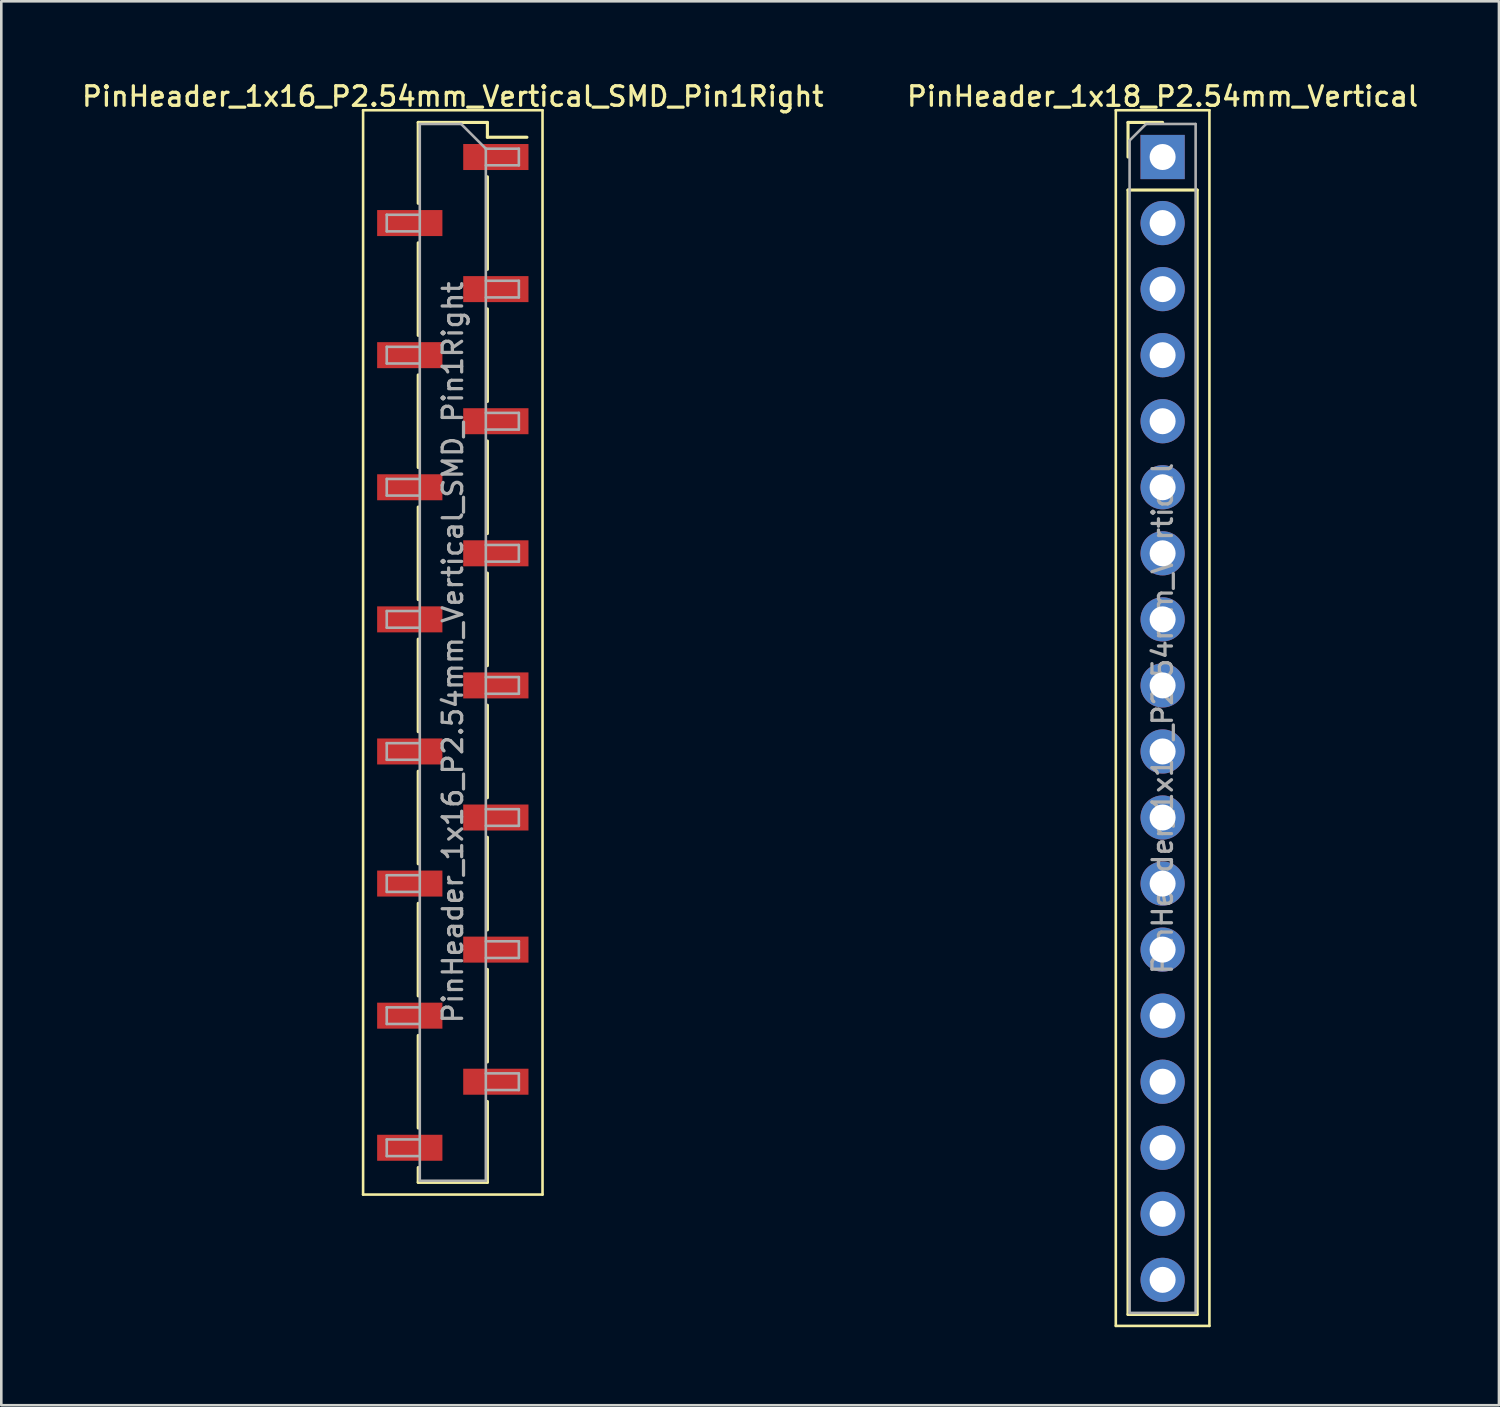
<source format=kicad_pcb>
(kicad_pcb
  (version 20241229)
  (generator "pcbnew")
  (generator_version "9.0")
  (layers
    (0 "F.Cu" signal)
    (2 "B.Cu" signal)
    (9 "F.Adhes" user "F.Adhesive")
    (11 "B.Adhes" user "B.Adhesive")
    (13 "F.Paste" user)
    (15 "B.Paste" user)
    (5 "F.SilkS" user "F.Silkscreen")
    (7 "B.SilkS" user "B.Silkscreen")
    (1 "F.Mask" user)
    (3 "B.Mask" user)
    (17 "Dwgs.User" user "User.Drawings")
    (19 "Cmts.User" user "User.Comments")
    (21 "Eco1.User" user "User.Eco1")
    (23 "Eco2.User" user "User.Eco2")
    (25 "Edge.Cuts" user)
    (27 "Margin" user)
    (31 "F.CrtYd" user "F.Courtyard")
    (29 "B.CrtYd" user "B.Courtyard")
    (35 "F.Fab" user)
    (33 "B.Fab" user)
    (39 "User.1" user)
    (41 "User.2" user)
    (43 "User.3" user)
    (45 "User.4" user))
  (footprint "PinHeader_1x18_P2.54mm_Vertical"
    (layer "F.Cu")
    (at 41.659 2.988)
    (property "Reference" "PinHeader_1x18_P2.54mm_Vertical" (at 0 -2.33 0) (layer "F.SilkS") (effects (font (size 0.75 0.75) (thickness 0.125))))
    (attr through_hole)
    (fp_line (start -1.8 -1.8) (end -1.8 44.95) (stroke (width 0.1) (type solid)) (layer "F.SilkS"))
    (fp_line (start -1.8 44.95) (end 1.8 44.95) (stroke (width 0.1) (type solid)) (layer "F.SilkS"))
    (fp_line (start -1.33 -1.33) (end 0 -1.33) (stroke (width 0.12) (type solid)) (layer "F.SilkS"))
    (fp_line (start -1.33 0) (end -1.33 -1.33) (stroke (width 0.12) (type solid)) (layer "F.SilkS"))
    (fp_line (start -1.33 1.27) (end -1.33 44.51) (stroke (width 0.12) (type solid)) (layer "F.SilkS"))
    (fp_line (start -1.33 1.27) (end 1.33 1.27) (stroke (width 0.12) (type solid)) (layer "F.SilkS"))
    (fp_line (start -1.33 44.51) (end 1.33 44.51) (stroke (width 0.12) (type solid)) (layer "F.SilkS"))
    (fp_line (start 1.33 1.27) (end 1.33 44.51) (stroke (width 0.12) (type solid)) (layer "F.SilkS"))
    (fp_line (start 1.8 -1.8) (end -1.8 -1.8) (stroke (width 0.1) (type solid)) (layer "F.SilkS"))
    (fp_line (start 1.8 44.95) (end 1.8 -1.8) (stroke (width 0.1) (type solid)) (layer "F.SilkS"))
    (fp_line (start -1.27 -0.635) (end -0.635 -1.27) (stroke (width 0.1) (type solid)) (layer "F.Fab"))
    (fp_line (start -1.27 44.45) (end -1.27 -0.635) (stroke (width 0.1) (type solid)) (layer "F.Fab"))
    (fp_line (start -0.635 -1.27) (end 1.27 -1.27) (stroke (width 0.1) (type solid)) (layer "F.Fab"))
    (fp_line (start 1.27 -1.27) (end 1.27 44.45) (stroke (width 0.1) (type solid)) (layer "F.Fab"))
    (fp_line (start 1.27 44.45) (end -1.27 44.45) (stroke (width 0.1) (type solid)) (layer "F.Fab"))
    (fp_text user "${REFERENCE}" (at 0 21.59 90) (layer "F.Fab") (effects (font (size 0.75 0.75) (thickness 0.125))))
    (pad "1" thru_hole rect (at 0 0) (size 1.7 1.7) (drill 1) (layers "*.Cu" "*.Mask"))
    (pad "2" thru_hole oval (at 0 2.54) (size 1.7 1.7) (drill 1) (layers "*.Cu" "*.Mask"))
    (pad "3" thru_hole oval (at 0 5.08) (size 1.7 1.7) (drill 1) (layers "*.Cu" "*.Mask"))
    (pad "4" thru_hole oval (at 0 7.62) (size 1.7 1.7) (drill 1) (layers "*.Cu" "*.Mask"))
    (pad "5" thru_hole oval (at 0 10.16) (size 1.7 1.7) (drill 1) (layers "*.Cu" "*.Mask"))
    (pad "6" thru_hole oval (at 0 12.7) (size 1.7 1.7) (drill 1) (layers "*.Cu" "*.Mask"))
    (pad "7" thru_hole oval (at 0 15.24) (size 1.7 1.7) (drill 1) (layers "*.Cu" "*.Mask"))
    (pad "8" thru_hole oval (at 0 17.78) (size 1.7 1.7) (drill 1) (layers "*.Cu" "*.Mask"))
    (pad "9" thru_hole oval (at 0 20.32) (size 1.7 1.7) (drill 1) (layers "*.Cu" "*.Mask"))
    (pad "10" thru_hole oval (at 0 22.86) (size 1.7 1.7) (drill 1) (layers "*.Cu" "*.Mask"))
    (pad "11" thru_hole oval (at 0 25.4) (size 1.7 1.7) (drill 1) (layers "*.Cu" "*.Mask"))
    (pad "12" thru_hole oval (at 0 27.94) (size 1.7 1.7) (drill 1) (layers "*.Cu" "*.Mask"))
    (pad "13" thru_hole oval (at 0 30.48) (size 1.7 1.7) (drill 1) (layers "*.Cu" "*.Mask"))
    (pad "14" thru_hole oval (at 0 33.02) (size 1.7 1.7) (drill 1) (layers "*.Cu" "*.Mask"))
    (pad "15" thru_hole oval (at 0 35.56) (size 1.7 1.7) (drill 1) (layers "*.Cu" "*.Mask"))
    (pad "16" thru_hole oval (at 0 38.1) (size 1.7 1.7) (drill 1) (layers "*.Cu" "*.Mask"))
    (pad "17" thru_hole oval (at 0 40.64) (size 1.7 1.7) (drill 1) (layers "*.Cu" "*.Mask"))
    (pad "18" thru_hole oval (at 0 43.18) (size 1.7 1.7) (drill 1) (layers "*.Cu" "*.Mask")))
  (footprint "PinHeader_1x16_P2.54mm_Vertical_SMD_Pin1Right"
    (layer "F.Cu")
    (at 14.363 22.038)
    (property "Reference" "PinHeader_1x16_P2.54mm_Vertical_SMD_Pin1Right" (at 0 -21.38 0) (layer "F.SilkS") (effects (font (size 0.75 0.75) (thickness 0.125))))
    (attr smd)
    (fp_line (start -3.45 -20.85) (end -3.45 20.85) (stroke (width 0.1) (type solid)) (layer "F.SilkS"))
    (fp_line (start -3.45 20.85) (end 3.45 20.85) (stroke (width 0.1) (type solid)) (layer "F.SilkS"))
    (fp_line (start -1.33 -20.38) (end -1.33 -17.27) (stroke (width 0.12) (type solid)) (layer "F.SilkS"))
    (fp_line (start -1.33 -20.38) (end 1.33 -20.38) (stroke (width 0.12) (type solid)) (layer "F.SilkS"))
    (fp_line (start -1.33 -15.75) (end -1.33 -12.19) (stroke (width 0.12) (type solid)) (layer "F.SilkS"))
    (fp_line (start -1.33 -10.67) (end -1.33 -7.11) (stroke (width 0.12) (type solid)) (layer "F.SilkS"))
    (fp_line (start -1.33 -5.59) (end -1.33 -2.03) (stroke (width 0.12) (type solid)) (layer "F.SilkS"))
    (fp_line (start -1.33 -0.51) (end -1.33 3.05) (stroke (width 0.12) (type solid)) (layer "F.SilkS"))
    (fp_line (start -1.33 4.57) (end -1.33 8.13) (stroke (width 0.12) (type solid)) (layer "F.SilkS"))
    (fp_line (start -1.33 9.65) (end -1.33 13.21) (stroke (width 0.12) (type solid)) (layer "F.SilkS"))
    (fp_line (start -1.33 14.73) (end -1.33 18.29) (stroke (width 0.12) (type solid)) (layer "F.SilkS"))
    (fp_line (start -1.33 19.81) (end -1.33 20.38) (stroke (width 0.12) (type solid)) (layer "F.SilkS"))
    (fp_line (start -1.33 20.38) (end 1.33 20.38) (stroke (width 0.12) (type solid)) (layer "F.SilkS"))
    (fp_line (start 1.33 -20.38) (end 1.33 -19.81) (stroke (width 0.12) (type solid)) (layer "F.SilkS"))
    (fp_line (start 1.33 -19.81) (end 2.85 -19.81) (stroke (width 0.12) (type solid)) (layer "F.SilkS"))
    (fp_line (start 1.33 -18.29) (end 1.33 -14.73) (stroke (width 0.12) (type solid)) (layer "F.SilkS"))
    (fp_line (start 1.33 -13.21) (end 1.33 -9.65) (stroke (width 0.12) (type solid)) (layer "F.SilkS"))
    (fp_line (start 1.33 -8.13) (end 1.33 -4.57) (stroke (width 0.12) (type solid)) (layer "F.SilkS"))
    (fp_line (start 1.33 -3.05) (end 1.33 0.51) (stroke (width 0.12) (type solid)) (layer "F.SilkS"))
    (fp_line (start 1.33 2.03) (end 1.33 5.59) (stroke (width 0.12) (type solid)) (layer "F.SilkS"))
    (fp_line (start 1.33 7.11) (end 1.33 10.67) (stroke (width 0.12) (type solid)) (layer "F.SilkS"))
    (fp_line (start 1.33 12.19) (end 1.33 15.75) (stroke (width 0.12) (type solid)) (layer "F.SilkS"))
    (fp_line (start 1.33 17.27) (end 1.33 20.38) (stroke (width 0.12) (type solid)) (layer "F.SilkS"))
    (fp_line (start 3.45 -20.85) (end -3.45 -20.85) (stroke (width 0.1) (type solid)) (layer "F.SilkS"))
    (fp_line (start 3.45 20.85) (end 3.45 -20.85) (stroke (width 0.1) (type solid)) (layer "F.SilkS"))
    (fp_line (start -2.54 -16.83) (end -2.54 -16.19) (stroke (width 0.1) (type solid)) (layer "F.Fab"))
    (fp_line (start -2.54 -16.19) (end -1.27 -16.19) (stroke (width 0.1) (type solid)) (layer "F.Fab"))
    (fp_line (start -2.54 -11.75) (end -2.54 -11.11) (stroke (width 0.1) (type solid)) (layer "F.Fab"))
    (fp_line (start -2.54 -11.11) (end -1.27 -11.11) (stroke (width 0.1) (type solid)) (layer "F.Fab"))
    (fp_line (start -2.54 -6.67) (end -2.54 -6.03) (stroke (width 0.1) (type solid)) (layer "F.Fab"))
    (fp_line (start -2.54 -6.03) (end -1.27 -6.03) (stroke (width 0.1) (type solid)) (layer "F.Fab"))
    (fp_line (start -2.54 -1.59) (end -2.54 -0.95) (stroke (width 0.1) (type solid)) (layer "F.Fab"))
    (fp_line (start -2.54 -0.95) (end -1.27 -0.95) (stroke (width 0.1) (type solid)) (layer "F.Fab"))
    (fp_line (start -2.54 3.49) (end -2.54 4.13) (stroke (width 0.1) (type solid)) (layer "F.Fab"))
    (fp_line (start -2.54 4.13) (end -1.27 4.13) (stroke (width 0.1) (type solid)) (layer "F.Fab"))
    (fp_line (start -2.54 8.57) (end -2.54 9.21) (stroke (width 0.1) (type solid)) (layer "F.Fab"))
    (fp_line (start -2.54 9.21) (end -1.27 9.21) (stroke (width 0.1) (type solid)) (layer "F.Fab"))
    (fp_line (start -2.54 13.65) (end -2.54 14.29) (stroke (width 0.1) (type solid)) (layer "F.Fab"))
    (fp_line (start -2.54 14.29) (end -1.27 14.29) (stroke (width 0.1) (type solid)) (layer "F.Fab"))
    (fp_line (start -2.54 18.73) (end -2.54 19.37) (stroke (width 0.1) (type solid)) (layer "F.Fab"))
    (fp_line (start -2.54 19.37) (end -1.27 19.37) (stroke (width 0.1) (type solid)) (layer "F.Fab"))
    (fp_line (start -1.27 -20.32) (end -1.27 20.32) (stroke (width 0.1) (type solid)) (layer "F.Fab"))
    (fp_line (start -1.27 -20.32) (end 0.32 -20.32) (stroke (width 0.1) (type solid)) (layer "F.Fab"))
    (fp_line (start -1.27 -16.83) (end -2.54 -16.83) (stroke (width 0.1) (type solid)) (layer "F.Fab"))
    (fp_line (start -1.27 -11.75) (end -2.54 -11.75) (stroke (width 0.1) (type solid)) (layer "F.Fab"))
    (fp_line (start -1.27 -6.67) (end -2.54 -6.67) (stroke (width 0.1) (type solid)) (layer "F.Fab"))
    (fp_line (start -1.27 -1.59) (end -2.54 -1.59) (stroke (width 0.1) (type solid)) (layer "F.Fab"))
    (fp_line (start -1.27 3.49) (end -2.54 3.49) (stroke (width 0.1) (type solid)) (layer "F.Fab"))
    (fp_line (start -1.27 8.57) (end -2.54 8.57) (stroke (width 0.1) (type solid)) (layer "F.Fab"))
    (fp_line (start -1.27 13.65) (end -2.54 13.65) (stroke (width 0.1) (type solid)) (layer "F.Fab"))
    (fp_line (start -1.27 18.73) (end -2.54 18.73) (stroke (width 0.1) (type solid)) (layer "F.Fab"))
    (fp_line (start 1.27 -19.37) (end 0.32 -20.32) (stroke (width 0.1) (type solid)) (layer "F.Fab"))
    (fp_line (start 1.27 -19.37) (end 2.54 -19.37) (stroke (width 0.1) (type solid)) (layer "F.Fab"))
    (fp_line (start 1.27 -14.29) (end 2.54 -14.29) (stroke (width 0.1) (type solid)) (layer "F.Fab"))
    (fp_line (start 1.27 -9.21) (end 2.54 -9.21) (stroke (width 0.1) (type solid)) (layer "F.Fab"))
    (fp_line (start 1.27 -4.13) (end 2.54 -4.13) (stroke (width 0.1) (type solid)) (layer "F.Fab"))
    (fp_line (start 1.27 0.95) (end 2.54 0.95) (stroke (width 0.1) (type solid)) (layer "F.Fab"))
    (fp_line (start 1.27 6.03) (end 2.54 6.03) (stroke (width 0.1) (type solid)) (layer "F.Fab"))
    (fp_line (start 1.27 11.11) (end 2.54 11.11) (stroke (width 0.1) (type solid)) (layer "F.Fab"))
    (fp_line (start 1.27 16.19) (end 2.54 16.19) (stroke (width 0.1) (type solid)) (layer "F.Fab"))
    (fp_line (start 1.27 20.32) (end -1.27 20.32) (stroke (width 0.1) (type solid)) (layer "F.Fab"))
    (fp_line (start 1.27 20.32) (end 1.27 -19.37) (stroke (width 0.1) (type solid)) (layer "F.Fab"))
    (fp_line (start 2.54 -19.37) (end 2.54 -18.73) (stroke (width 0.1) (type solid)) (layer "F.Fab"))
    (fp_line (start 2.54 -18.73) (end 1.27 -18.73) (stroke (width 0.1) (type solid)) (layer "F.Fab"))
    (fp_line (start 2.54 -14.29) (end 2.54 -13.65) (stroke (width 0.1) (type solid)) (layer "F.Fab"))
    (fp_line (start 2.54 -13.65) (end 1.27 -13.65) (stroke (width 0.1) (type solid)) (layer "F.Fab"))
    (fp_line (start 2.54 -9.21) (end 2.54 -8.57) (stroke (width 0.1) (type solid)) (layer "F.Fab"))
    (fp_line (start 2.54 -8.57) (end 1.27 -8.57) (stroke (width 0.1) (type solid)) (layer "F.Fab"))
    (fp_line (start 2.54 -4.13) (end 2.54 -3.49) (stroke (width 0.1) (type solid)) (layer "F.Fab"))
    (fp_line (start 2.54 -3.49) (end 1.27 -3.49) (stroke (width 0.1) (type solid)) (layer "F.Fab"))
    (fp_line (start 2.54 0.95) (end 2.54 1.59) (stroke (width 0.1) (type solid)) (layer "F.Fab"))
    (fp_line (start 2.54 1.59) (end 1.27 1.59) (stroke (width 0.1) (type solid)) (layer "F.Fab"))
    (fp_line (start 2.54 6.03) (end 2.54 6.67) (stroke (width 0.1) (type solid)) (layer "F.Fab"))
    (fp_line (start 2.54 6.67) (end 1.27 6.67) (stroke (width 0.1) (type solid)) (layer "F.Fab"))
    (fp_line (start 2.54 11.11) (end 2.54 11.75) (stroke (width 0.1) (type solid)) (layer "F.Fab"))
    (fp_line (start 2.54 11.75) (end 1.27 11.75) (stroke (width 0.1) (type solid)) (layer "F.Fab"))
    (fp_line (start 2.54 16.19) (end 2.54 16.83) (stroke (width 0.1) (type solid)) (layer "F.Fab"))
    (fp_line (start 2.54 16.83) (end 1.27 16.83) (stroke (width 0.1) (type solid)) (layer "F.Fab"))
    (fp_text user "${REFERENCE}" (at 0 0 90) (layer "F.Fab") (effects (font (size 0.75 0.75) (thickness 0.125))))
    (pad "1" smd rect (at 1.655 -19.05) (size 2.51 1) (layers "F.Cu" "F.Mask" "F.Paste"))
    (pad "2" smd rect (at -1.655 -16.51) (size 2.51 1) (layers "F.Cu" "F.Mask" "F.Paste"))
    (pad "3" smd rect (at 1.655 -13.97) (size 2.51 1) (layers "F.Cu" "F.Mask" "F.Paste"))
    (pad "4" smd rect (at -1.655 -11.43) (size 2.51 1) (layers "F.Cu" "F.Mask" "F.Paste"))
    (pad "5" smd rect (at 1.655 -8.89) (size 2.51 1) (layers "F.Cu" "F.Mask" "F.Paste"))
    (pad "6" smd rect (at -1.655 -6.35) (size 2.51 1) (layers "F.Cu" "F.Mask" "F.Paste"))
    (pad "7" smd rect (at 1.655 -3.81) (size 2.51 1) (layers "F.Cu" "F.Mask" "F.Paste"))
    (pad "8" smd rect (at -1.655 -1.27) (size 2.51 1) (layers "F.Cu" "F.Mask" "F.Paste"))
    (pad "9" smd rect (at 1.655 1.27) (size 2.51 1) (layers "F.Cu" "F.Mask" "F.Paste"))
    (pad "10" smd rect (at -1.655 3.81) (size 2.51 1) (layers "F.Cu" "F.Mask" "F.Paste"))
    (pad "11" smd rect (at 1.655 6.35) (size 2.51 1) (layers "F.Cu" "F.Mask" "F.Paste"))
    (pad "12" smd rect (at -1.655 8.89) (size 2.51 1) (layers "F.Cu" "F.Mask" "F.Paste"))
    (pad "13" smd rect (at 1.655 11.43) (size 2.51 1) (layers "F.Cu" "F.Mask" "F.Paste"))
    (pad "14" smd rect (at -1.655 13.97) (size 2.51 1) (layers "F.Cu" "F.Mask" "F.Paste"))
    (pad "15" smd rect (at 1.655 16.51) (size 2.51 1) (layers "F.Cu" "F.Mask" "F.Paste"))
    (pad "16" smd rect (at -1.655 19.05) (size 2.51 1) (layers "F.Cu" "F.Mask" "F.Paste")))
  (gr_rect
    (start -3 -3)
    (end 54.593 50.988)
    (stroke (width 0.1) (type default))
    (fill no)
    (layer "Edge.Cuts")))
</source>
